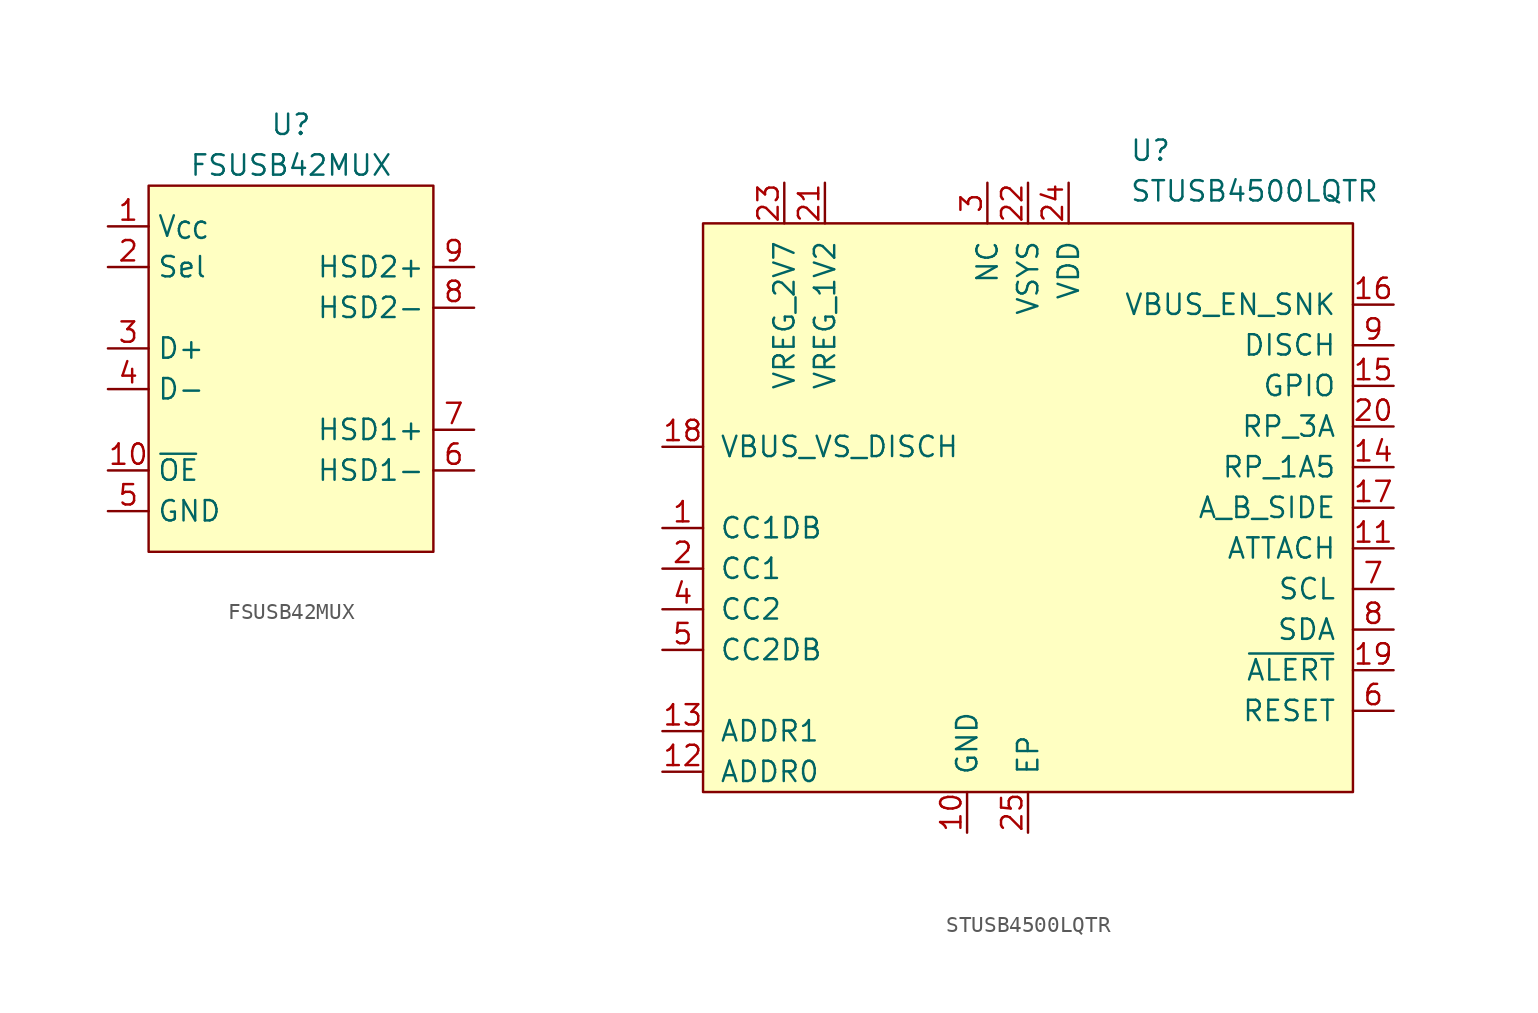
<source format=kicad_sym>
(kicad_symbol_lib
  (version 20220914)
  (generator kicad_symbol_editor)
  (symbol "FSUSB42MUX"
    (property "Reference" "U"
      (at 0 3.81 0)
      (effects (font (size 1.27 1.27))))
    (property "Value" "FSUSB42MUX"
      (at 0 1.27 0)
      (effects (font (size 1.27 1.27))))
    (symbol "FSUSB42MUX_0_1"
      (rectangle (start -8.89 0) (end 8.89 -22.86) (stroke (width 0) (type solid)) (fill (type background))))
    (symbol "FSUSB42MUX_1_1"
      (pin power_in line (at -11.43 -2.54 0) (length 2.54) (name "V_{CC}" (effects (font (size 1.27 1.27)))) (number "1" (effects (font (size 1.27 1.27)))))
      (pin input line (at -11.43 -17.78 0) (length 2.54) (name "~{OE}" (effects (font (size 1.27 1.27)))) (number "10" (effects (font (size 1.27 1.27)))))
      (pin input line (at -11.43 -5.08 0) (length 2.54) (name "Sel" (effects (font (size 1.27 1.27)))) (number "2" (effects (font (size 1.27 1.27)))))
      (pin bidirectional line (at -11.43 -10.16 0) (length 2.54) (name "D+" (effects (font (size 1.27 1.27)))) (number "3" (effects (font (size 1.27 1.27)))))
      (pin bidirectional line (at -11.43 -12.7 0) (length 2.54) (name "D-" (effects (font (size 1.27 1.27)))) (number "4" (effects (font (size 1.27 1.27)))))
      (pin power_in line (at -11.43 -20.32 0) (length 2.54) (name "GND" (effects (font (size 1.27 1.27)))) (number "5" (effects (font (size 1.27 1.27)))))
      (pin bidirectional line (at 11.43 -17.78 180) (length 2.54) (name "HSD1-" (effects (font (size 1.27 1.27)))) (number "6" (effects (font (size 1.27 1.27)))))
      (pin bidirectional line (at 11.43 -15.24 180) (length 2.54) (name "HSD1+" (effects (font (size 1.27 1.27)))) (number "7" (effects (font (size 1.27 1.27)))))
      (pin bidirectional line (at 11.43 -7.62 180) (length 2.54) (name "HSD2-" (effects (font (size 1.27 1.27)))) (number "8" (effects (font (size 1.27 1.27)))))
      (pin bidirectional line (at 11.43 -5.08 180) (length 2.54) (name "HSD2+" (effects (font (size 1.27 1.27)))) (number "9" (effects (font (size 1.27 1.27)))))))
  (symbol "STUSB4500LQTR"
    (pin_names
      (offset 1.016))
    (property "Reference" "U"
      (at 7.62 20.32 0)
      (effects (font (size 1.27 1.27)) (justify left bottom)))
    (property "Value" "STUSB4500LQTR"
      (at 7.62 17.78 0)
      (effects (font (size 1.27 1.27)) (justify left bottom)))
    (symbol "STUSB4500LQTR_0_1"
      (rectangle (start -19.05 16.51) (end 21.59 -19.05) (stroke (width 0) (type solid)) (fill (type background))))
    (symbol "STUSB4500LQTR_1_1"
      (pin bidirectional line (at -21.59 -2.54 0) (length 2.54) (name "CC1DB" (effects (font (size 1.27 1.27)))) (number "1" (effects (font (size 1.27 1.27)))))
      (pin power_in line (at -2.54 -21.59 90) (length 2.54) (name "GND" (effects (font (size 1.27 1.27)))) (number "10" (effects (font (size 1.27 1.27)))))
      (pin passive line (at 24.13 -3.81 180) (length 2.54) (name "ATTACH" (effects (font (size 1.27 1.27)))) (number "11" (effects (font (size 1.27 1.27)))))
      (pin input line (at -21.59 -17.78 0) (length 2.54) (name "ADDR0" (effects (font (size 1.27 1.27)))) (number "12" (effects (font (size 1.27 1.27)))))
      (pin input line (at -21.59 -15.24 0) (length 2.54) (name "ADDR1" (effects (font (size 1.27 1.27)))) (number "13" (effects (font (size 1.27 1.27)))))
      (pin passive line (at 24.13 1.27 180) (length 2.54) (name "RP_1A5" (effects (font (size 1.27 1.27)))) (number "14" (effects (font (size 1.27 1.27)))))
      (pin passive line (at 24.13 6.35 180) (length 2.54) (name "GPIO" (effects (font (size 1.27 1.27)))) (number "15" (effects (font (size 1.27 1.27)))))
      (pin passive line (at 24.13 11.43 180) (length 2.54) (name "VBUS_EN_SNK" (effects (font (size 1.27 1.27)))) (number "16" (effects (font (size 1.27 1.27)))))
      (pin passive line (at 24.13 -1.27 180) (length 2.54) (name "A_B_SIDE" (effects (font (size 1.27 1.27)))) (number "17" (effects (font (size 1.27 1.27)))))
      (pin input line (at -21.59 2.54 0) (length 2.54) (name "VBUS_VS_DISCH" (effects (font (size 1.27 1.27)))) (number "18" (effects (font (size 1.27 1.27)))))
      (pin passive line (at 24.13 -11.43 180) (length 2.54) (name "~{ALERT}" (effects (font (size 1.27 1.27)))) (number "19" (effects (font (size 1.27 1.27)))))
      (pin bidirectional line (at -21.59 -5.08 0) (length 2.54) (name "CC1" (effects (font (size 1.27 1.27)))) (number "2" (effects (font (size 1.27 1.27)))))
      (pin passive line (at 24.13 3.81 180) (length 2.54) (name "RP_3A" (effects (font (size 1.27 1.27)))) (number "20" (effects (font (size 1.27 1.27)))))
      (pin power_out line (at -11.43 19.05 270) (length 2.54) (name "VREG_1V2" (effects (font (size 1.27 1.27)))) (number "21" (effects (font (size 1.27 1.27)))))
      (pin power_in line (at 1.27 19.05 270) (length 2.54) (name "VSYS" (effects (font (size 1.27 1.27)))) (number "22" (effects (font (size 1.27 1.27)))))
      (pin power_out line (at -13.97 19.05 270) (length 2.54) (name "VREG_2V7" (effects (font (size 1.27 1.27)))) (number "23" (effects (font (size 1.27 1.27)))))
      (pin power_in line (at 3.81 19.05 270) (length 2.54) (name "VDD" (effects (font (size 1.27 1.27)))) (number "24" (effects (font (size 1.27 1.27)))))
      (pin power_in line (at 1.27 -21.59 90) (length 2.54) (name "EP" (effects (font (size 1.27 1.27)))) (number "25" (effects (font (size 1.27 1.27)))))
      (pin unspecified line (at -1.27 19.05 270) (length 2.54) (name "NC" (effects (font (size 1.27 1.27)))) (number "3" (effects (font (size 1.27 1.27)))))
      (pin bidirectional line (at -21.59 -7.62 0) (length 2.54) (name "CC2" (effects (font (size 1.27 1.27)))) (number "4" (effects (font (size 1.27 1.27)))))
      (pin bidirectional line (at -21.59 -10.16 0) (length 2.54) (name "CC2DB" (effects (font (size 1.27 1.27)))) (number "5" (effects (font (size 1.27 1.27)))))
      (pin input line (at 24.13 -13.97 180) (length 2.54) (name "RESET" (effects (font (size 1.27 1.27)))) (number "6" (effects (font (size 1.27 1.27)))))
      (pin input line (at 24.13 -6.35 180) (length 2.54) (name "SCL" (effects (font (size 1.27 1.27)))) (number "7" (effects (font (size 1.27 1.27)))))
      (pin input line (at 24.13 -8.89 180) (length 2.54) (name "SDA" (effects (font (size 1.27 1.27)))) (number "8" (effects (font (size 1.27 1.27)))))
      (pin input line (at 24.13 8.89 180) (length 2.54) (name "DISCH" (effects (font (size 1.27 1.27)))) (number "9" (effects (font (size 1.27 1.27))))))))
</source>
